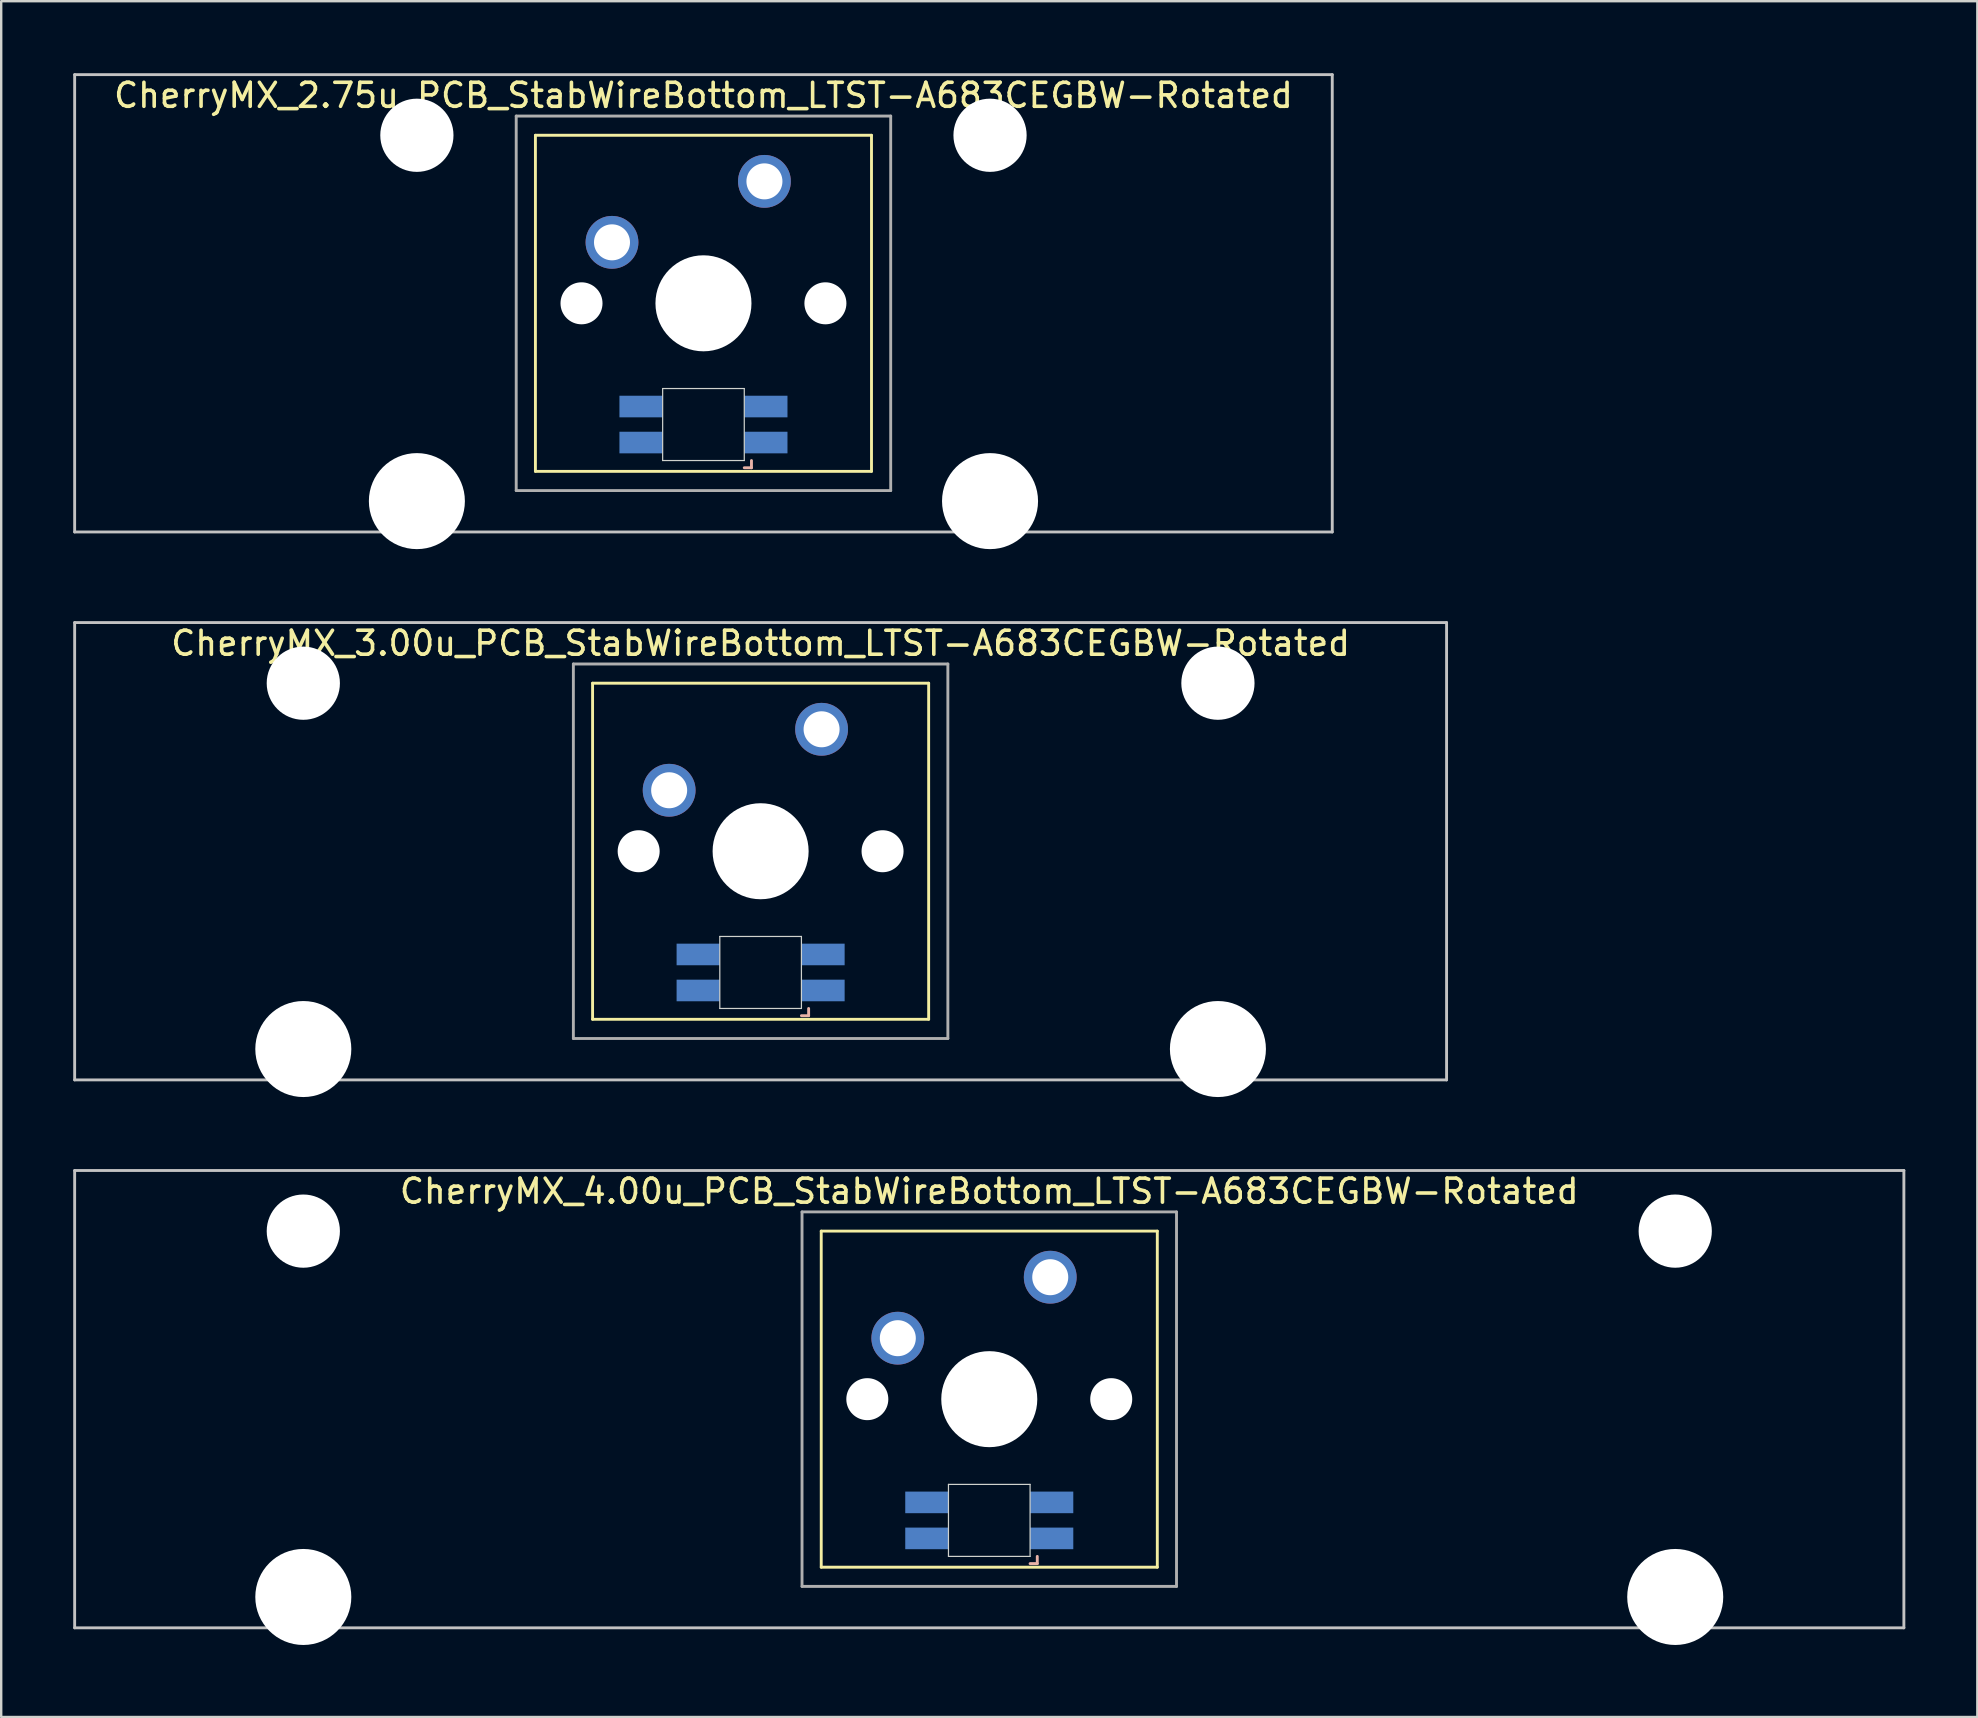
<source format=kicad_pcb>
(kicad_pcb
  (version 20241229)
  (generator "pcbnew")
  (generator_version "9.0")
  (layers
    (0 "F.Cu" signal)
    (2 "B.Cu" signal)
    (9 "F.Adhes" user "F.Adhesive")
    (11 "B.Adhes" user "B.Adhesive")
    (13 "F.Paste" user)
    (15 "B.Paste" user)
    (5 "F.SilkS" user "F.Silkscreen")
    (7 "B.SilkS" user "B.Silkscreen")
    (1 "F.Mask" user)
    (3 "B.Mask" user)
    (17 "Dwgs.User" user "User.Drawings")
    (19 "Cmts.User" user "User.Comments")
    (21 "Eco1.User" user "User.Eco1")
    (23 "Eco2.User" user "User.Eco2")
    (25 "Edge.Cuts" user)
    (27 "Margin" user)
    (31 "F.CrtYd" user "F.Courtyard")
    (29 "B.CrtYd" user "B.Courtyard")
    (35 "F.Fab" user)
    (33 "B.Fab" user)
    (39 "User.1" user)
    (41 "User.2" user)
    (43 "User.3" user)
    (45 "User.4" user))
  (footprint "CherryMX_2.75u_PCB_StabWireBottom_LTST-A683CEGBW-Rotated"
    (layer "F.Cu")
    (at 26.254 9.585)
    (property "Reference" "CherryMX_2.75u_PCB_StabWireBottom_LTST-A683CEGBW-Rotated" (at 0 -8.662 0) (layer "F.SilkS") (effects (font (size 1 1) (thickness 0.15))))
    (attr through_hole)
    (fp_line (start -7 -7) (end -7 7) (stroke (width 0.12) (type solid)) (layer "F.SilkS"))
    (fp_line (start -7 -7) (end 7 -7) (stroke (width 0.12) (type solid)) (layer "F.SilkS"))
    (fp_line (start 7 -7) (end 7 7) (stroke (width 0.12) (type solid)) (layer "F.SilkS"))
    (fp_line (start 7 7) (end -7 7) (stroke (width 0.12) (type solid)) (layer "F.SilkS"))
    (fp_line (start 1.7 6.85) (end 2 6.85) (stroke (width 0.12) (type solid)) (layer "B.SilkS"))
    (fp_line (start 2 6.85) (end 2 6.55) (stroke (width 0.12) (type solid)) (layer "B.SilkS"))
    (fp_line (start -26.194 -9.525) (end 26.194 -9.525) (stroke (width 0.12) (type solid)) (layer "Dwgs.User"))
    (fp_line (start -26.194 9.525) (end -26.194 -9.525) (stroke (width 0.12) (type solid)) (layer "Dwgs.User"))
    (fp_line (start 26.194 -9.525) (end 26.194 9.525) (stroke (width 0.12) (type solid)) (layer "Dwgs.User"))
    (fp_line (start 26.194 9.525) (end -26.194 9.525) (stroke (width 0.12) (type solid)) (layer "Dwgs.User"))
    (fp_line (start -1.7 3.55) (end 1.7 3.55) (stroke (width 0.05) (type solid)) (layer "Edge.Cuts"))
    (fp_line (start -1.7 6.55) (end -1.7 3.55) (stroke (width 0.05) (type solid)) (layer "Edge.Cuts"))
    (fp_line (start 1.7 3.55) (end 1.7 6.55) (stroke (width 0.05) (type solid)) (layer "Edge.Cuts"))
    (fp_line (start 1.7 6.55) (end -1.7 6.55) (stroke (width 0.05) (type solid)) (layer "Edge.Cuts"))
    (fp_line (start -7.8 -7.8) (end -7.8 7.8) (stroke (width 0.12) (type solid)) (layer "F.Fab"))
    (fp_line (start -7.8 -7.8) (end 7.8 -7.8) (stroke (width 0.12) (type solid)) (layer "F.Fab"))
    (fp_line (start -7.8 7.8) (end 7.8 7.8) (stroke (width 0.12) (type solid)) (layer "F.Fab"))
    (fp_line (start 7.8 -7.8) (end 7.8 7.8) (stroke (width 0.12) (type solid)) (layer "F.Fab"))
    (pad "" np_thru_hole circle (at -11.938 -7) (size 3.05 3.05) (drill 3.05) (layers "*.Cu" "*.Mask"))
    (pad "" np_thru_hole circle (at -11.938 8.24) (size 4 4) (drill 4) (layers "*.Cu" "*.Mask"))
    (pad "" np_thru_hole circle (at -5.08 0) (size 1.75 1.75) (drill 1.75) (layers "*.Cu" "*.Mask"))
    (pad "" np_thru_hole circle (at 0 0) (size 4 4) (drill 4) (layers "*.Cu" "*.Mask"))
    (pad "" np_thru_hole circle (at 5.08 0) (size 1.75 1.75) (drill 1.75) (layers "*.Cu" "*.Mask"))
    (pad "" np_thru_hole circle (at 11.938 -7) (size 3.05 3.05) (drill 3.05) (layers "*.Cu" "*.Mask"))
    (pad "" np_thru_hole circle (at 11.938 8.24) (size 4 4) (drill 4) (layers "*.Cu" "*.Mask"))
    (pad "1" thru_hole circle (at -3.81 -2.54) (size 2.2 2.2) (drill 1.5) (layers "*.Cu" "*.Mask"))
    (pad "2" thru_hole circle (at 2.54 -5.08) (size 2.2 2.2) (drill 1.5) (layers "*.Cu" "*.Mask"))
    (pad "3" smd rect (at 2.6 5.8) (size 1.8 0.9) (layers "B.Cu" "B.Mask" "B.Paste"))
    (pad "4" smd rect (at 2.6 4.3) (size 1.8 0.9) (layers "B.Cu" "B.Mask" "B.Paste"))
    (pad "5" smd rect (at -2.6 5.8) (size 1.8 0.9) (layers "B.Cu" "B.Mask" "B.Paste"))
    (pad "6" smd rect (at -2.6 4.3) (size 1.8 0.9) (layers "B.Cu" "B.Mask" "B.Paste")))
  (footprint "CherryMX_4.00u_PCB_StabWireBottom_LTST-A683CEGBW-Rotated"
    (layer "F.Cu")
    (at 38.16 55.235)
    (property "Reference" "CherryMX_4.00u_PCB_StabWireBottom_LTST-A683CEGBW-Rotated" (at 0 -8.662 0) (layer "F.SilkS") (effects (font (size 1 1) (thickness 0.15))))
    (attr through_hole)
    (fp_line (start -7 -7) (end -7 7) (stroke (width 0.12) (type solid)) (layer "F.SilkS"))
    (fp_line (start -7 -7) (end 7 -7) (stroke (width 0.12) (type solid)) (layer "F.SilkS"))
    (fp_line (start 7 -7) (end 7 7) (stroke (width 0.12) (type solid)) (layer "F.SilkS"))
    (fp_line (start 7 7) (end -7 7) (stroke (width 0.12) (type solid)) (layer "F.SilkS"))
    (fp_line (start 1.7 6.85) (end 2 6.85) (stroke (width 0.12) (type solid)) (layer "B.SilkS"))
    (fp_line (start 2 6.85) (end 2 6.55) (stroke (width 0.12) (type solid)) (layer "B.SilkS"))
    (fp_line (start -38.1 -9.525) (end 38.1 -9.525) (stroke (width 0.12) (type solid)) (layer "Dwgs.User"))
    (fp_line (start -38.1 9.525) (end -38.1 -9.525) (stroke (width 0.12) (type solid)) (layer "Dwgs.User"))
    (fp_line (start 38.1 -9.525) (end 38.1 9.525) (stroke (width 0.12) (type solid)) (layer "Dwgs.User"))
    (fp_line (start 38.1 9.525) (end -38.1 9.525) (stroke (width 0.12) (type solid)) (layer "Dwgs.User"))
    (fp_line (start -1.7 3.55) (end 1.7 3.55) (stroke (width 0.05) (type solid)) (layer "Edge.Cuts"))
    (fp_line (start -1.7 6.55) (end -1.7 3.55) (stroke (width 0.05) (type solid)) (layer "Edge.Cuts"))
    (fp_line (start 1.7 3.55) (end 1.7 6.55) (stroke (width 0.05) (type solid)) (layer "Edge.Cuts"))
    (fp_line (start 1.7 6.55) (end -1.7 6.55) (stroke (width 0.05) (type solid)) (layer "Edge.Cuts"))
    (fp_line (start -7.8 -7.8) (end -7.8 7.8) (stroke (width 0.12) (type solid)) (layer "F.Fab"))
    (fp_line (start -7.8 -7.8) (end 7.8 -7.8) (stroke (width 0.12) (type solid)) (layer "F.Fab"))
    (fp_line (start -7.8 7.8) (end 7.8 7.8) (stroke (width 0.12) (type solid)) (layer "F.Fab"))
    (fp_line (start 7.8 -7.8) (end 7.8 7.8) (stroke (width 0.12) (type solid)) (layer "F.Fab"))
    (pad "" np_thru_hole circle (at -28.575 -7) (size 3.05 3.05) (drill 3.05) (layers "*.Cu" "*.Mask"))
    (pad "" np_thru_hole circle (at -28.575 8.24) (size 4 4) (drill 4) (layers "*.Cu" "*.Mask"))
    (pad "" np_thru_hole circle (at -5.08 0) (size 1.75 1.75) (drill 1.75) (layers "*.Cu" "*.Mask"))
    (pad "" np_thru_hole circle (at 0 0) (size 4 4) (drill 4) (layers "*.Cu" "*.Mask"))
    (pad "" np_thru_hole circle (at 5.08 0) (size 1.75 1.75) (drill 1.75) (layers "*.Cu" "*.Mask"))
    (pad "" np_thru_hole circle (at 28.575 -7) (size 3.05 3.05) (drill 3.05) (layers "*.Cu" "*.Mask"))
    (pad "" np_thru_hole circle (at 28.575 8.24) (size 4 4) (drill 4) (layers "*.Cu" "*.Mask"))
    (pad "1" thru_hole circle (at -3.81 -2.54) (size 2.2 2.2) (drill 1.5) (layers "*.Cu" "*.Mask"))
    (pad "2" thru_hole circle (at 2.54 -5.08) (size 2.2 2.2) (drill 1.5) (layers "*.Cu" "*.Mask"))
    (pad "3" smd rect (at 2.6 5.8) (size 1.8 0.9) (layers "B.Cu" "B.Mask" "B.Paste"))
    (pad "4" smd rect (at 2.6 4.3) (size 1.8 0.9) (layers "B.Cu" "B.Mask" "B.Paste"))
    (pad "5" smd rect (at -2.6 5.8) (size 1.8 0.9) (layers "B.Cu" "B.Mask" "B.Paste"))
    (pad "6" smd rect (at -2.6 4.3) (size 1.8 0.9) (layers "B.Cu" "B.Mask" "B.Paste")))
  (footprint "CherryMX_3.00u_PCB_StabWireBottom_LTST-A683CEGBW-Rotated"
    (layer "F.Cu")
    (at 28.635 32.41)
    (property "Reference" "CherryMX_3.00u_PCB_StabWireBottom_LTST-A683CEGBW-Rotated" (at 0 -8.662 0) (layer "F.SilkS") (effects (font (size 1 1) (thickness 0.15))))
    (attr through_hole)
    (fp_line (start -7 -7) (end -7 7) (stroke (width 0.12) (type solid)) (layer "F.SilkS"))
    (fp_line (start -7 -7) (end 7 -7) (stroke (width 0.12) (type solid)) (layer "F.SilkS"))
    (fp_line (start 7 -7) (end 7 7) (stroke (width 0.12) (type solid)) (layer "F.SilkS"))
    (fp_line (start 7 7) (end -7 7) (stroke (width 0.12) (type solid)) (layer "F.SilkS"))
    (fp_line (start 1.7 6.85) (end 2 6.85) (stroke (width 0.12) (type solid)) (layer "B.SilkS"))
    (fp_line (start 2 6.85) (end 2 6.55) (stroke (width 0.12) (type solid)) (layer "B.SilkS"))
    (fp_line (start -28.575 -9.525) (end 28.575 -9.525) (stroke (width 0.12) (type solid)) (layer "Dwgs.User"))
    (fp_line (start -28.575 9.525) (end -28.575 -9.525) (stroke (width 0.12) (type solid)) (layer "Dwgs.User"))
    (fp_line (start 28.575 -9.525) (end 28.575 9.525) (stroke (width 0.12) (type solid)) (layer "Dwgs.User"))
    (fp_line (start 28.575 9.525) (end -28.575 9.525) (stroke (width 0.12) (type solid)) (layer "Dwgs.User"))
    (fp_line (start -1.7 3.55) (end 1.7 3.55) (stroke (width 0.05) (type solid)) (layer "Edge.Cuts"))
    (fp_line (start -1.7 6.55) (end -1.7 3.55) (stroke (width 0.05) (type solid)) (layer "Edge.Cuts"))
    (fp_line (start 1.7 3.55) (end 1.7 6.55) (stroke (width 0.05) (type solid)) (layer "Edge.Cuts"))
    (fp_line (start 1.7 6.55) (end -1.7 6.55) (stroke (width 0.05) (type solid)) (layer "Edge.Cuts"))
    (fp_line (start -7.8 -7.8) (end -7.8 7.8) (stroke (width 0.12) (type solid)) (layer "F.Fab"))
    (fp_line (start -7.8 -7.8) (end 7.8 -7.8) (stroke (width 0.12) (type solid)) (layer "F.Fab"))
    (fp_line (start -7.8 7.8) (end 7.8 7.8) (stroke (width 0.12) (type solid)) (layer "F.Fab"))
    (fp_line (start 7.8 -7.8) (end 7.8 7.8) (stroke (width 0.12) (type solid)) (layer "F.Fab"))
    (pad "" np_thru_hole circle (at -19.05 -7) (size 3.05 3.05) (drill 3.05) (layers "*.Cu" "*.Mask"))
    (pad "" np_thru_hole circle (at -19.05 8.24) (size 4 4) (drill 4) (layers "*.Cu" "*.Mask"))
    (pad "" np_thru_hole circle (at -5.08 0) (size 1.75 1.75) (drill 1.75) (layers "*.Cu" "*.Mask"))
    (pad "" np_thru_hole circle (at 0 0) (size 4 4) (drill 4) (layers "*.Cu" "*.Mask"))
    (pad "" np_thru_hole circle (at 5.08 0) (size 1.75 1.75) (drill 1.75) (layers "*.Cu" "*.Mask"))
    (pad "" np_thru_hole circle (at 19.05 -7) (size 3.05 3.05) (drill 3.05) (layers "*.Cu" "*.Mask"))
    (pad "" np_thru_hole circle (at 19.05 8.24) (size 4 4) (drill 4) (layers "*.Cu" "*.Mask"))
    (pad "1" thru_hole circle (at -3.81 -2.54) (size 2.2 2.2) (drill 1.5) (layers "*.Cu" "*.Mask"))
    (pad "2" thru_hole circle (at 2.54 -5.08) (size 2.2 2.2) (drill 1.5) (layers "*.Cu" "*.Mask"))
    (pad "3" smd rect (at 2.6 5.8) (size 1.8 0.9) (layers "B.Cu" "B.Mask" "B.Paste"))
    (pad "4" smd rect (at 2.6 4.3) (size 1.8 0.9) (layers "B.Cu" "B.Mask" "B.Paste"))
    (pad "5" smd rect (at -2.6 5.8) (size 1.8 0.9) (layers "B.Cu" "B.Mask" "B.Paste"))
    (pad "6" smd rect (at -2.6 4.3) (size 1.8 0.9) (layers "B.Cu" "B.Mask" "B.Paste")))
  (gr_rect
    (start -3 -3)
    (end 79.32 68.475)
    (stroke (width 0.1) (type default))
    (fill no)
    (layer "Edge.Cuts")))
</source>
